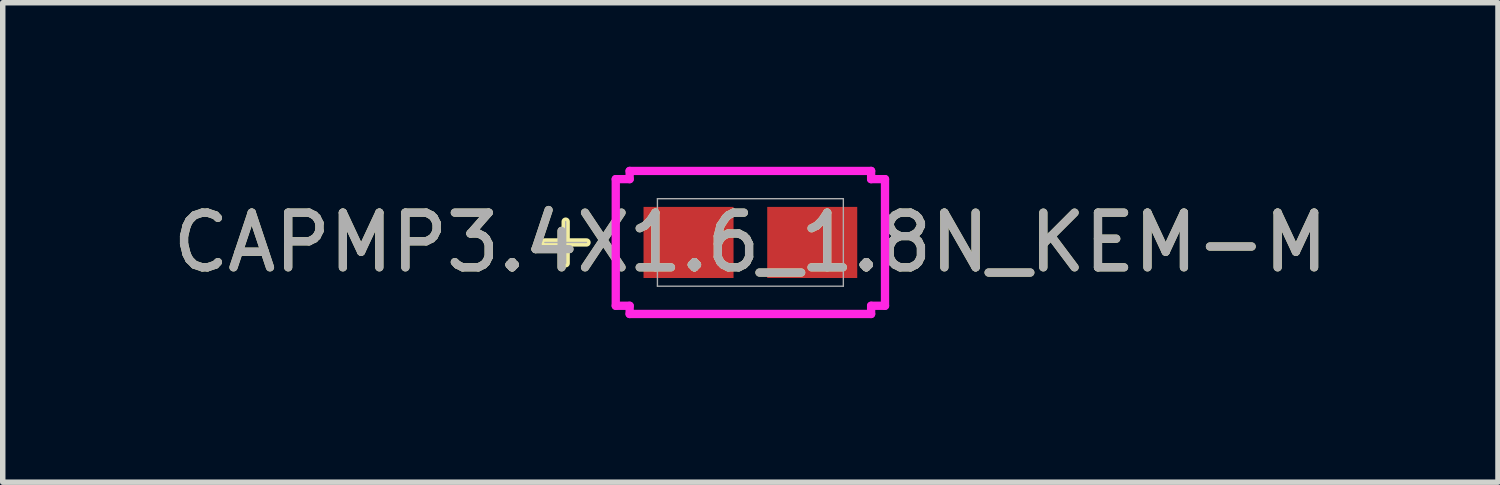
<source format=kicad_pcb>
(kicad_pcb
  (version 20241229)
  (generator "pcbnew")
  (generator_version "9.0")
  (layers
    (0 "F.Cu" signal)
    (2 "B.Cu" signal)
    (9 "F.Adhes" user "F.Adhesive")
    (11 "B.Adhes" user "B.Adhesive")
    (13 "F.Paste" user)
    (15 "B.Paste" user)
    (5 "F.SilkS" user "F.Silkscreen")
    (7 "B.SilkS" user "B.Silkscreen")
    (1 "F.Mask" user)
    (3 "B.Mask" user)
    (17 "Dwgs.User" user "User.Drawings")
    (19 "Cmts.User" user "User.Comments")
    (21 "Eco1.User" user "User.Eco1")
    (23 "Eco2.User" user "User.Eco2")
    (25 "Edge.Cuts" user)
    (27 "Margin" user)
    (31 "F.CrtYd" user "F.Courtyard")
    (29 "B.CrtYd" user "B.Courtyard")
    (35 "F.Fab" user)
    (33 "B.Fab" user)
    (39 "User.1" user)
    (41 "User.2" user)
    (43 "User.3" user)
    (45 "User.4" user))
  (footprint "CAPMP3.4X1.6_1.8N_KEM-M"
    (layer "F.Cu")
    (at 10.673 1.384)
    (property "Reference" "CAPMP3.4X1.6_1.8N_KEM-M" (at 0 0 0) (unlocked yes) (layer "F.SilkS") (effects (font (size 1 1) (thickness 0.15))))
    (attr smd)
    (fp_line (start -3.378 -0.381) (end -3.378 0.381) (stroke (width 0.152) (type solid)) (layer "F.SilkS"))
    (fp_line (start -2.997 0) (end -3.759 0) (stroke (width 0.152) (type solid)) (layer "F.SilkS"))
    (fp_line (start -2.462 -1.158) (end -2.208 -1.158) (stroke (width 0.152) (type solid)) (layer "F.CrtYd"))
    (fp_line (start -2.462 1.158) (end -2.462 -1.158) (stroke (width 0.152) (type solid)) (layer "F.CrtYd"))
    (fp_line (start -2.208 -1.308) (end 2.208 -1.308) (stroke (width 0.152) (type solid)) (layer "F.CrtYd"))
    (fp_line (start -2.208 -1.158) (end -2.208 -1.308) (stroke (width 0.152) (type solid)) (layer "F.CrtYd"))
    (fp_line (start -2.208 1.158) (end -2.462 1.158) (stroke (width 0.152) (type solid)) (layer "F.CrtYd"))
    (fp_line (start -2.208 1.308) (end -2.208 1.158) (stroke (width 0.152) (type solid)) (layer "F.CrtYd"))
    (fp_line (start 2.208 -1.308) (end 2.208 -1.158) (stroke (width 0.152) (type solid)) (layer "F.CrtYd"))
    (fp_line (start 2.208 -1.158) (end 2.462 -1.158) (stroke (width 0.152) (type solid)) (layer "F.CrtYd"))
    (fp_line (start 2.208 1.158) (end 2.208 1.308) (stroke (width 0.152) (type solid)) (layer "F.CrtYd"))
    (fp_line (start 2.208 1.308) (end -2.208 1.308) (stroke (width 0.152) (type solid)) (layer "F.CrtYd"))
    (fp_line (start 2.462 -1.158) (end 2.462 1.158) (stroke (width 0.152) (type solid)) (layer "F.CrtYd"))
    (fp_line (start 2.462 1.158) (end 2.208 1.158) (stroke (width 0.152) (type solid)) (layer "F.CrtYd"))
    (fp_line (start -3.378 -0.381) (end -3.378 0.381) (stroke (width 0.025) (type solid)) (layer "F.Fab"))
    (fp_line (start -2.997 0) (end -3.759 0) (stroke (width 0.025) (type solid)) (layer "F.Fab"))
    (fp_line (start -1.7 -0.8) (end -1.7 0.8) (stroke (width 0.025) (type solid)) (layer "F.Fab"))
    (fp_line (start -1.7 0.8) (end 1.7 0.8) (stroke (width 0.025) (type solid)) (layer "F.Fab"))
    (fp_line (start 1.7 -0.8) (end -1.7 -0.8) (stroke (width 0.025) (type solid)) (layer "F.Fab"))
    (fp_line (start 1.7 0.8) (end 1.7 -0.8) (stroke (width 0.025) (type solid)) (layer "F.Fab"))
    (fp_text user "${REFERENCE}" (at 0 0 0) (unlocked yes) (layer "F.Fab") (effects (font (size 1 1) (thickness 0.15))))
    (pad "1" smd rect (at -1.131 0 90) (size 1.3 1.646) (layers "F.Cu" "F.Mask" "F.Paste"))
    (pad "2" smd rect (at 1.131 0 90) (size 1.3 1.646) (layers "F.Cu" "F.Mask" "F.Paste"))
    (zone (net_name "") (layer "F.Cu") (hatch full 0.508) (connect_pads) (min_thickness 0.254) (filled_areas_thickness no) (keepout (tracks not_allowed) (vias not_allowed) (pads allowed) (copperpour not_allowed) (footprints allowed)) (placement (enabled no)) (fill) (polygon (pts (xy 9.023 0.635) (xy 12.322 0.635) (xy 12.322 0.683) (xy 9.023 0.683))))
    (zone (net_name "") (layer "F.Cu") (hatch full 0.508) (connect_pads) (min_thickness 0.254) (filled_areas_thickness no) (keepout (tracks not_allowed) (vias not_allowed) (pads allowed) (copperpour not_allowed) (footprints allowed)) (placement (enabled no)) (fill) (polygon (pts (xy 9.023 2.085) (xy 12.322 2.085) (xy 12.322 2.133) (xy 9.023 2.133))))
    (zone (net_name "") (layer "F.Cu") (hatch full 0.508) (connect_pads) (min_thickness 0.254) (filled_areas_thickness no) (keepout (tracks not_allowed) (vias not_allowed) (pads allowed) (copperpour not_allowed) (footprints allowed)) (placement (enabled no)) (fill) (polygon (pts (xy 10.415 0.683) (xy 10.93 0.683) (xy 10.93 2.085) (xy 10.415 2.085)))))
  (gr_rect
    (start -3 -3)
    (end 24.345 5.768)
    (stroke (width 0.1) (type default))
    (fill no)
    (layer "Edge.Cuts")))
</source>
